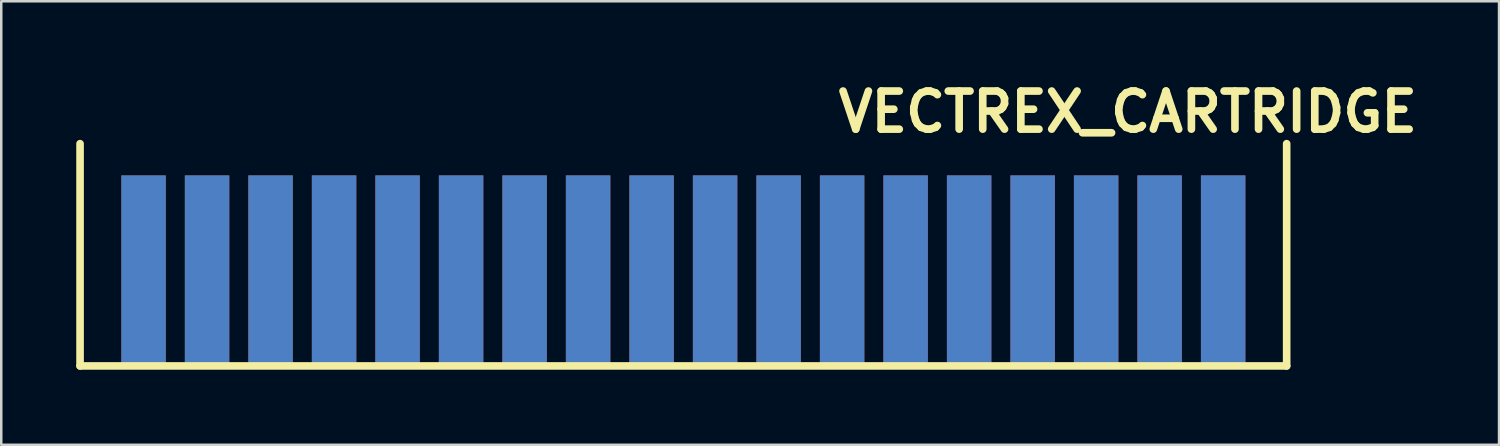
<source format=kicad_pcb>
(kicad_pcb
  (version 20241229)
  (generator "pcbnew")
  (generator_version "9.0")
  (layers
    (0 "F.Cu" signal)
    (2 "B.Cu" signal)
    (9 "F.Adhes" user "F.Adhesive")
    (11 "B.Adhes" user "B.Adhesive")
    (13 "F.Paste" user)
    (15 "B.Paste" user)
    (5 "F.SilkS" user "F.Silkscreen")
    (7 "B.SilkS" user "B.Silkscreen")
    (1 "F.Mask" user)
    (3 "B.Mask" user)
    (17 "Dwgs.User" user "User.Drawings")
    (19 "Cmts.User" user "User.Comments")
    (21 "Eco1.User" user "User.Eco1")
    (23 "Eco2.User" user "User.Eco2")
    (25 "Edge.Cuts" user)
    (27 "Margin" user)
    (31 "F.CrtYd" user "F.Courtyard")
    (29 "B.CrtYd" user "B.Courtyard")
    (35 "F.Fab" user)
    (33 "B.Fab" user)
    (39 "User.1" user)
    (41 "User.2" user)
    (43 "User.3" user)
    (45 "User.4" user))
  (footprint "VECTREX_CARTRIDGE"
    (layer "F.Cu")
    (at 23.012 6.506)
    (property "Reference" "VECTREX_CARTRIDGE" (at 19.05 -5.08 0) (layer "F.SilkS") (effects (font (size 1.524 1.524) (thickness 0.305))))
    (attr through_hole)
    (fp_line (start -22.86 5.08) (end -22.86 -3.81) (stroke (width 0.305) (type solid)) (layer "F.SilkS"))
    (fp_line (start 25.4 5.08) (end -22.86 5.08) (stroke (width 0.305) (type solid)) (layer "F.SilkS"))
    (fp_line (start 25.4 5.08) (end 25.4 -3.81) (stroke (width 0.305) (type solid)) (layer "F.SilkS"))
    (pad "1" connect rect (at 22.86 1.27) (size 1.778 7.62) (layers "B.Cu" "B.Mask"))
    (pad "2" connect rect (at 22.86 1.27) (size 1.778 7.62) (layers "F.Cu" "F.Mask"))
    (pad "3" connect rect (at 20.32 1.27) (size 1.778 7.62) (layers "B.Cu" "B.Mask"))
    (pad "4" connect rect (at 20.32 1.27) (size 1.778 7.62) (layers "F.Cu" "F.Mask"))
    (pad "5" connect rect (at 17.78 1.27) (size 1.778 7.62) (layers "B.Cu" "B.Mask"))
    (pad "6" connect rect (at 17.78 1.27) (size 1.778 7.62) (layers "F.Cu" "F.Mask"))
    (pad "7" connect rect (at 15.24 1.27) (size 1.778 7.62) (layers "B.Cu" "B.Mask"))
    (pad "8" connect rect (at 15.24 1.27) (size 1.778 7.62) (layers "F.Cu" "F.Mask"))
    (pad "9" connect rect (at 12.7 1.27) (size 1.778 7.62) (layers "B.Cu" "B.Mask"))
    (pad "10" connect rect (at 12.7 1.27) (size 1.778 7.62) (layers "F.Cu" "F.Mask"))
    (pad "11" connect rect (at 10.16 1.27) (size 1.778 7.62) (layers "B.Cu" "B.Mask"))
    (pad "12" connect rect (at 10.16 1.27) (size 1.778 7.62) (layers "F.Cu" "F.Mask"))
    (pad "13" connect rect (at 7.62 1.27) (size 1.778 7.62) (layers "B.Cu" "B.Mask"))
    (pad "14" connect rect (at 7.62 1.27) (size 1.778 7.62) (layers "F.Cu" "F.Mask"))
    (pad "15" connect rect (at 5.08 1.27) (size 1.778 7.62) (layers "B.Cu" "B.Mask"))
    (pad "16" connect rect (at 5.08 1.27) (size 1.778 7.62) (layers "F.Cu" "F.Mask"))
    (pad "17" connect rect (at 2.54 1.27) (size 1.778 7.62) (layers "B.Cu" "B.Mask"))
    (pad "18" connect rect (at 2.54 1.27) (size 1.778 7.62) (layers "F.Cu" "F.Mask"))
    (pad "19" connect rect (at 0 1.27) (size 1.778 7.62) (layers "B.Cu" "B.Mask"))
    (pad "20" connect rect (at 0 1.27) (size 1.778 7.62) (layers "F.Cu" "F.Mask"))
    (pad "21" connect rect (at -2.54 1.27) (size 1.778 7.62) (layers "B.Cu" "B.Mask"))
    (pad "22" connect rect (at -2.54 1.27) (size 1.778 7.62) (layers "F.Cu" "F.Mask"))
    (pad "23" connect rect (at -5.08 1.27) (size 1.778 7.62) (layers "B.Cu" "B.Mask"))
    (pad "24" connect rect (at -5.08 1.27) (size 1.778 7.62) (layers "F.Cu" "F.Mask"))
    (pad "25" connect rect (at -7.62 1.27) (size 1.778 7.62) (layers "B.Cu" "B.Mask"))
    (pad "26" connect rect (at -7.62 1.27) (size 1.778 7.62) (layers "F.Cu" "F.Mask"))
    (pad "27" connect rect (at -10.16 1.27) (size 1.778 7.62) (layers "B.Cu" "B.Mask"))
    (pad "28" connect rect (at -10.16 1.27) (size 1.778 7.62) (layers "F.Cu" "F.Mask"))
    (pad "29" connect rect (at -12.7 1.27) (size 1.778 7.62) (layers "B.Cu" "B.Mask"))
    (pad "30" connect rect (at -12.7 1.27) (size 1.778 7.62) (layers "F.Cu" "F.Mask"))
    (pad "31" connect rect (at -15.24 1.27) (size 1.778 7.62) (layers "B.Cu" "B.Mask"))
    (pad "32" connect rect (at -15.24 1.27) (size 1.778 7.62) (layers "F.Cu" "F.Mask"))
    (pad "33" connect rect (at -17.78 1.27) (size 1.778 7.62) (layers "B.Cu" "B.Mask"))
    (pad "34" connect rect (at -17.78 1.27) (size 1.778 7.62) (layers "F.Cu" "F.Mask"))
    (pad "35" connect rect (at -20.32 1.27) (size 1.778 7.62) (layers "B.Cu" "B.Mask"))
    (pad "36" connect rect (at -20.32 1.27) (size 1.778 7.62) (layers "F.Cu" "F.Mask")))
  (gr_rect
    (start -3 -3)
    (end 56.906 14.739)
    (stroke (width 0.1) (type default))
    (fill no)
    (layer "Edge.Cuts")))
</source>
